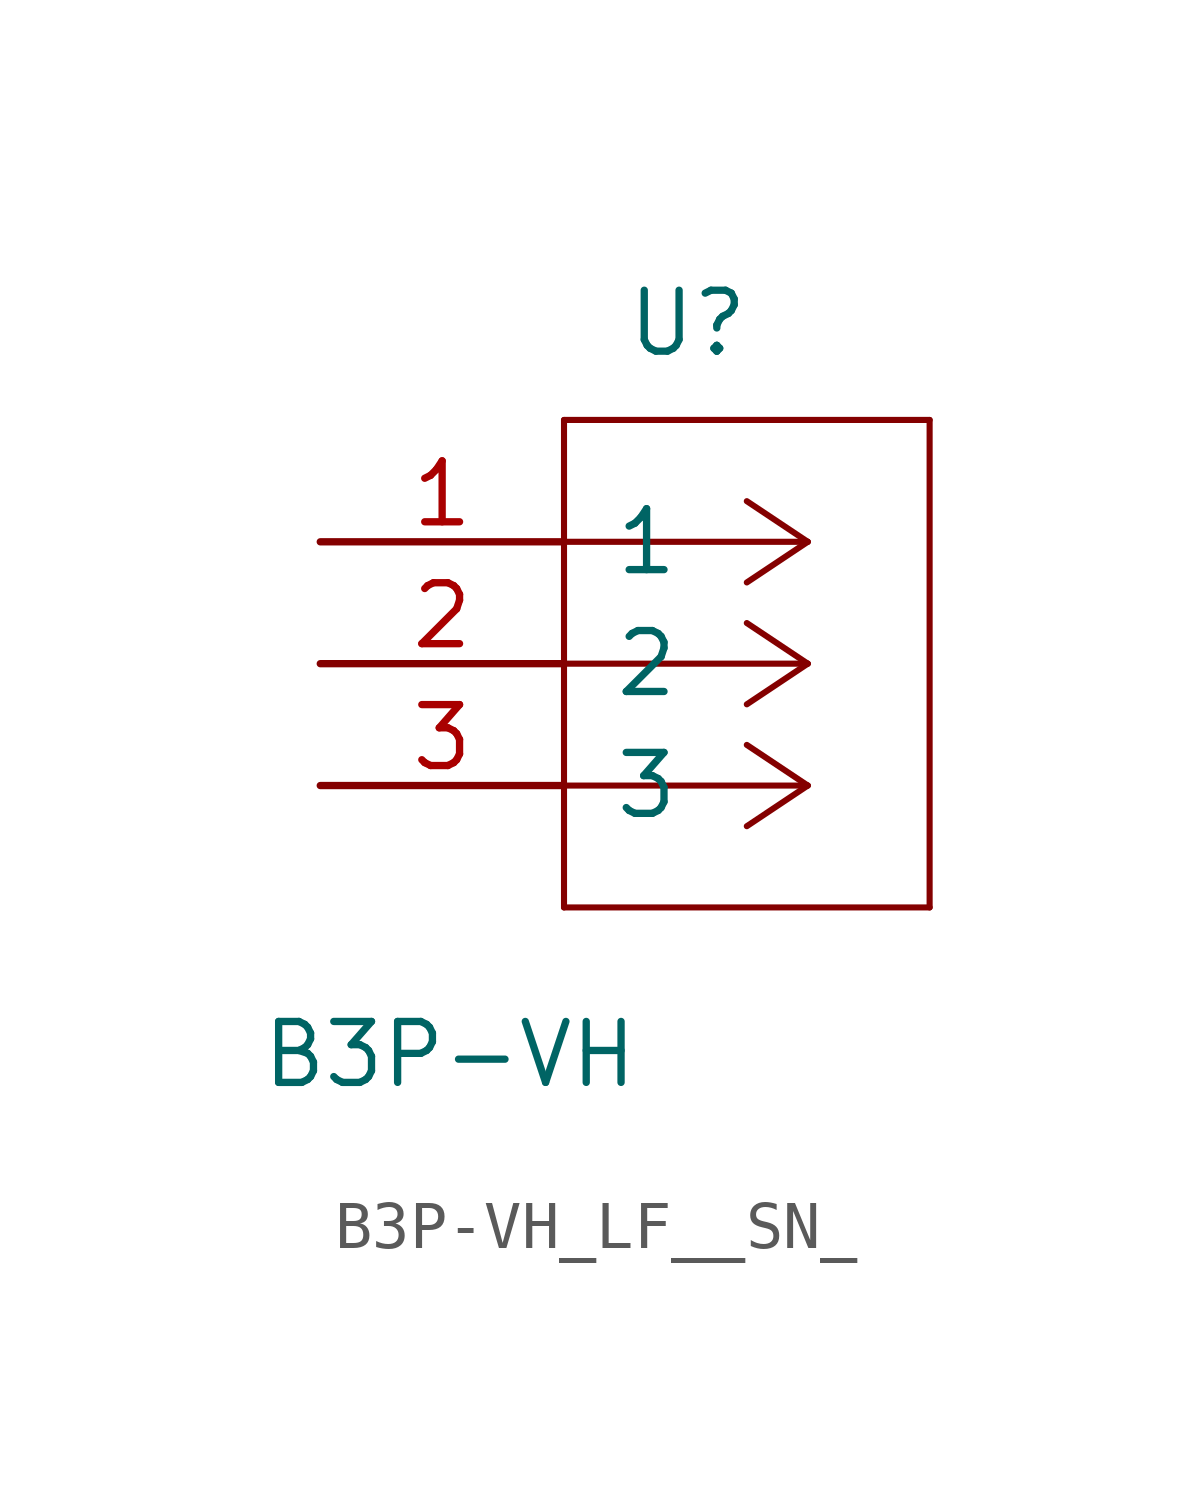
<source format=kicad_sym>
(kicad_symbol_lib
  (version 20220914)
  (generator kicad_symbol_editor)
  (symbol "B3P-VH_LF__SN_"
    (pin_names
      (offset 1.016))
    (property "Reference" "U"
      (at 6.35 1.27 0)
      (effects (font (size 1.27 1.27)) (justify left bottom)))
    (property "Value" "B3P-VH"
      (at -1.27 -13.97 0)
      (effects (font (size 1.27 1.27)) (justify left bottom)))
    (symbol "B3P-VH_LF__SN__1_1"
      (polyline (pts (xy 5.08 -10.16) (xy 12.7 -10.16)) (stroke (width 0.127) (type default)) (fill (type none)))
      (polyline (pts (xy 5.08 0) (xy 5.08 -10.16)) (stroke (width 0.127) (type default)) (fill (type none)))
      (polyline (pts (xy 10.16 -7.62) (xy 5.08 -7.62)) (stroke (width 0.127) (type default)) (fill (type none)))
      (polyline (pts (xy 10.16 -7.62) (xy 8.89 -8.467)) (stroke (width 0.127) (type default)) (fill (type none)))
      (polyline (pts (xy 10.16 -7.62) (xy 8.89 -6.773)) (stroke (width 0.127) (type default)) (fill (type none)))
      (polyline (pts (xy 10.16 -5.08) (xy 5.08 -5.08)) (stroke (width 0.127) (type default)) (fill (type none)))
      (polyline (pts (xy 10.16 -5.08) (xy 8.89 -5.927)) (stroke (width 0.127) (type default)) (fill (type none)))
      (polyline (pts (xy 10.16 -5.08) (xy 8.89 -4.233)) (stroke (width 0.127) (type default)) (fill (type none)))
      (polyline (pts (xy 10.16 -2.54) (xy 5.08 -2.54)) (stroke (width 0.127) (type default)) (fill (type none)))
      (polyline (pts (xy 10.16 -2.54) (xy 8.89 -3.387)) (stroke (width 0.127) (type default)) (fill (type none)))
      (polyline (pts (xy 10.16 -2.54) (xy 8.89 -1.693)) (stroke (width 0.127) (type default)) (fill (type none)))
      (polyline (pts (xy 12.7 -10.16) (xy 12.7 0)) (stroke (width 0.127) (type default)) (fill (type none)))
      (polyline (pts (xy 12.7 0) (xy 5.08 0)) (stroke (width 0.127) (type default)) (fill (type none)))
      (pin unspecified line (at 0 -2.54 0) (length 5.08) (name "1" (effects (font (size 1.27 1.27)))) (number "1" (effects (font (size 1.27 1.27)))))
      (pin unspecified line (at 0 -5.08 0) (length 5.08) (name "2" (effects (font (size 1.27 1.27)))) (number "2" (effects (font (size 1.27 1.27)))))
      (pin unspecified line (at 0 -7.62 0) (length 5.08) (name "3" (effects (font (size 1.27 1.27)))) (number "3" (effects (font (size 1.27 1.27))))))))
</source>
